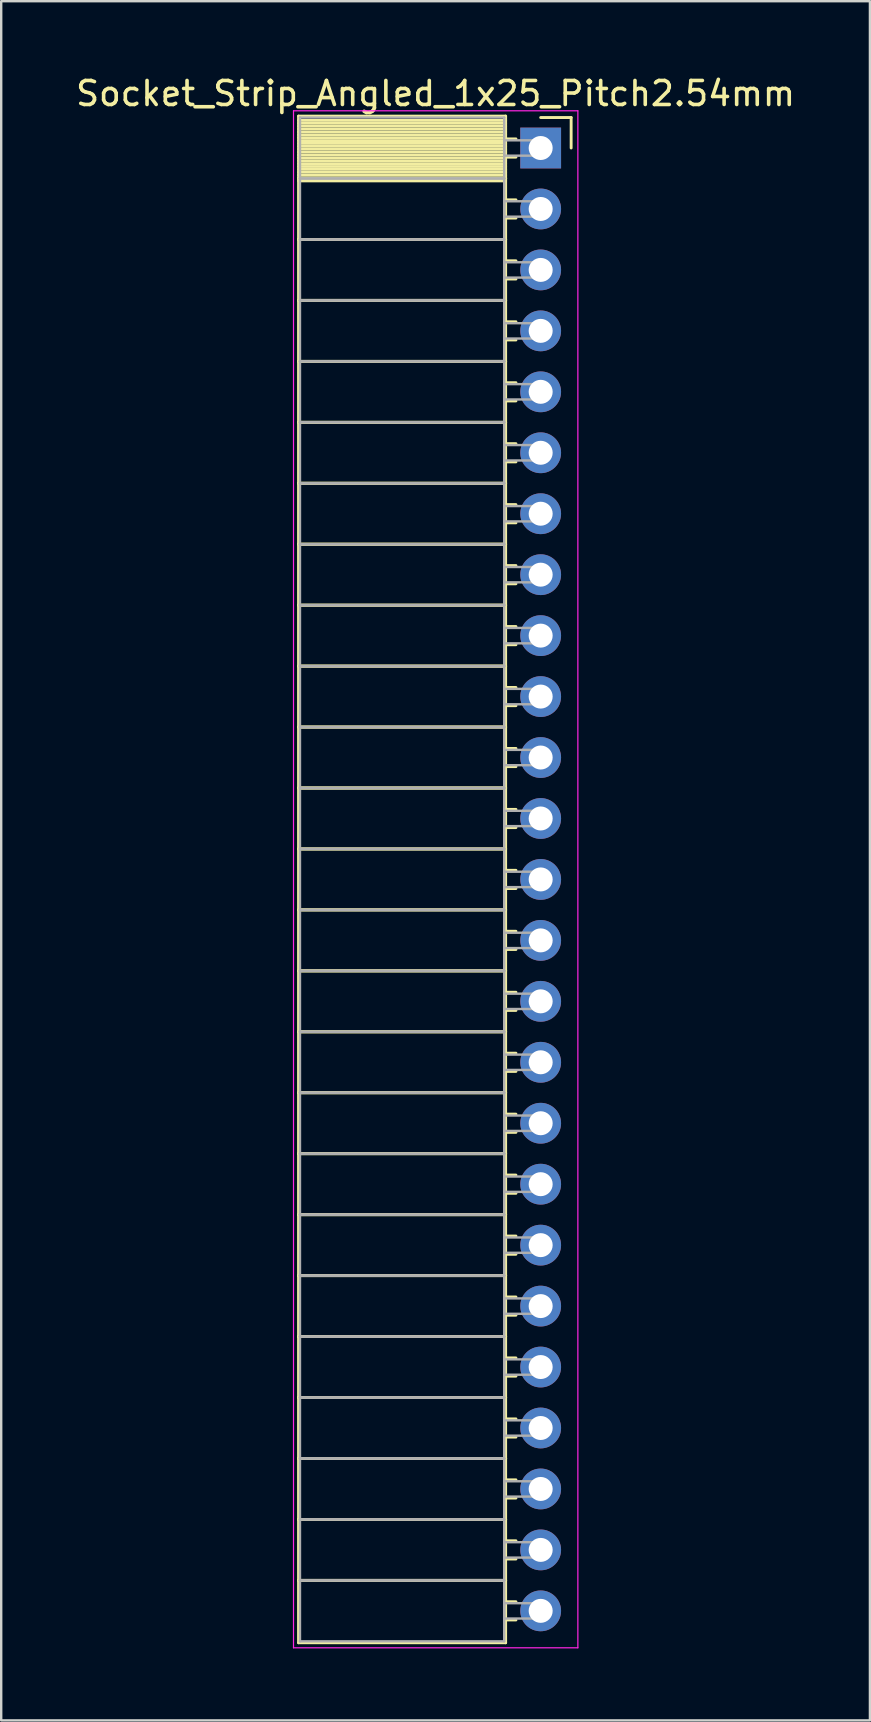
<source format=kicad_pcb>
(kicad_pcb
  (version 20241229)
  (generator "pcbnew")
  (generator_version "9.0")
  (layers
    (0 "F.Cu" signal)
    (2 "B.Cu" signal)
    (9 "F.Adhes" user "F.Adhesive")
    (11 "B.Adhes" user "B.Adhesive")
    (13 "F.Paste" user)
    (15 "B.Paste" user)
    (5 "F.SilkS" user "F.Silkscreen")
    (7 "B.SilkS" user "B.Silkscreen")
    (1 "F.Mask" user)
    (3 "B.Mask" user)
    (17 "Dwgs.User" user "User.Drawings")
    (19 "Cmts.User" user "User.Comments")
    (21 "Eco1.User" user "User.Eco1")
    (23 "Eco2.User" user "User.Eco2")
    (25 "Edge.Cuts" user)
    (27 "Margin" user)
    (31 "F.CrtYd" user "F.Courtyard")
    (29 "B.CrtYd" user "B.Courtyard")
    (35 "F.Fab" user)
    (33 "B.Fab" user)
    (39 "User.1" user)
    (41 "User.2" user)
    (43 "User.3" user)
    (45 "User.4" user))
  (footprint "Socket_Strip_Angled_1x25_Pitch2.54mm"
    (layer "F.Cu")
    (at 19.481 3.118)
    (property "Reference" "Socket_Strip_Angled_1x25_Pitch2.54mm" (at -4.38 -2.27 0) (layer "F.SilkS") (effects (font (size 1 1) (thickness 0.15))))
    (attr through_hole)
    (fp_line (start -10.09 -1.33) (end -1.46 -1.33) (stroke (width 0.12) (type solid)) (layer "F.SilkS"))
    (fp_line (start -10.09 1.27) (end -10.09 -1.33) (stroke (width 0.12) (type solid)) (layer "F.SilkS"))
    (fp_line (start -10.09 1.27) (end -1.46 1.27) (stroke (width 0.12) (type solid)) (layer "F.SilkS"))
    (fp_line (start -10.09 3.81) (end -10.09 1.27) (stroke (width 0.12) (type solid)) (layer "F.SilkS"))
    (fp_line (start -10.09 3.81) (end -1.46 3.81) (stroke (width 0.12) (type solid)) (layer "F.SilkS"))
    (fp_line (start -10.09 6.35) (end -10.09 3.81) (stroke (width 0.12) (type solid)) (layer "F.SilkS"))
    (fp_line (start -10.09 6.35) (end -1.46 6.35) (stroke (width 0.12) (type solid)) (layer "F.SilkS"))
    (fp_line (start -10.09 8.89) (end -10.09 6.35) (stroke (width 0.12) (type solid)) (layer "F.SilkS"))
    (fp_line (start -10.09 8.89) (end -1.46 8.89) (stroke (width 0.12) (type solid)) (layer "F.SilkS"))
    (fp_line (start -10.09 11.43) (end -10.09 8.89) (stroke (width 0.12) (type solid)) (layer "F.SilkS"))
    (fp_line (start -10.09 11.43) (end -1.46 11.43) (stroke (width 0.12) (type solid)) (layer "F.SilkS"))
    (fp_line (start -10.09 13.97) (end -10.09 11.43) (stroke (width 0.12) (type solid)) (layer "F.SilkS"))
    (fp_line (start -10.09 13.97) (end -1.46 13.97) (stroke (width 0.12) (type solid)) (layer "F.SilkS"))
    (fp_line (start -10.09 16.51) (end -10.09 13.97) (stroke (width 0.12) (type solid)) (layer "F.SilkS"))
    (fp_line (start -10.09 16.51) (end -1.46 16.51) (stroke (width 0.12) (type solid)) (layer "F.SilkS"))
    (fp_line (start -10.09 19.05) (end -10.09 16.51) (stroke (width 0.12) (type solid)) (layer "F.SilkS"))
    (fp_line (start -10.09 19.05) (end -1.46 19.05) (stroke (width 0.12) (type solid)) (layer "F.SilkS"))
    (fp_line (start -10.09 21.59) (end -10.09 19.05) (stroke (width 0.12) (type solid)) (layer "F.SilkS"))
    (fp_line (start -10.09 21.59) (end -1.46 21.59) (stroke (width 0.12) (type solid)) (layer "F.SilkS"))
    (fp_line (start -10.09 24.13) (end -10.09 21.59) (stroke (width 0.12) (type solid)) (layer "F.SilkS"))
    (fp_line (start -10.09 24.13) (end -1.46 24.13) (stroke (width 0.12) (type solid)) (layer "F.SilkS"))
    (fp_line (start -10.09 26.67) (end -10.09 24.13) (stroke (width 0.12) (type solid)) (layer "F.SilkS"))
    (fp_line (start -10.09 26.67) (end -1.46 26.67) (stroke (width 0.12) (type solid)) (layer "F.SilkS"))
    (fp_line (start -10.09 29.21) (end -10.09 26.67) (stroke (width 0.12) (type solid)) (layer "F.SilkS"))
    (fp_line (start -10.09 29.21) (end -1.46 29.21) (stroke (width 0.12) (type solid)) (layer "F.SilkS"))
    (fp_line (start -10.09 31.75) (end -10.09 29.21) (stroke (width 0.12) (type solid)) (layer "F.SilkS"))
    (fp_line (start -10.09 31.75) (end -1.46 31.75) (stroke (width 0.12) (type solid)) (layer "F.SilkS"))
    (fp_line (start -10.09 34.29) (end -10.09 31.75) (stroke (width 0.12) (type solid)) (layer "F.SilkS"))
    (fp_line (start -10.09 34.29) (end -1.46 34.29) (stroke (width 0.12) (type solid)) (layer "F.SilkS"))
    (fp_line (start -10.09 36.83) (end -10.09 34.29) (stroke (width 0.12) (type solid)) (layer "F.SilkS"))
    (fp_line (start -10.09 36.83) (end -1.46 36.83) (stroke (width 0.12) (type solid)) (layer "F.SilkS"))
    (fp_line (start -10.09 39.37) (end -10.09 36.83) (stroke (width 0.12) (type solid)) (layer "F.SilkS"))
    (fp_line (start -10.09 39.37) (end -1.46 39.37) (stroke (width 0.12) (type solid)) (layer "F.SilkS"))
    (fp_line (start -10.09 41.91) (end -10.09 39.37) (stroke (width 0.12) (type solid)) (layer "F.SilkS"))
    (fp_line (start -10.09 41.91) (end -1.46 41.91) (stroke (width 0.12) (type solid)) (layer "F.SilkS"))
    (fp_line (start -10.09 44.45) (end -10.09 41.91) (stroke (width 0.12) (type solid)) (layer "F.SilkS"))
    (fp_line (start -10.09 44.45) (end -1.46 44.45) (stroke (width 0.12) (type solid)) (layer "F.SilkS"))
    (fp_line (start -10.09 46.99) (end -10.09 44.45) (stroke (width 0.12) (type solid)) (layer "F.SilkS"))
    (fp_line (start -10.09 46.99) (end -1.46 46.99) (stroke (width 0.12) (type solid)) (layer "F.SilkS"))
    (fp_line (start -10.09 49.53) (end -10.09 46.99) (stroke (width 0.12) (type solid)) (layer "F.SilkS"))
    (fp_line (start -10.09 49.53) (end -1.46 49.53) (stroke (width 0.12) (type solid)) (layer "F.SilkS"))
    (fp_line (start -10.09 52.07) (end -10.09 49.53) (stroke (width 0.12) (type solid)) (layer "F.SilkS"))
    (fp_line (start -10.09 52.07) (end -1.46 52.07) (stroke (width 0.12) (type solid)) (layer "F.SilkS"))
    (fp_line (start -10.09 54.61) (end -10.09 52.07) (stroke (width 0.12) (type solid)) (layer "F.SilkS"))
    (fp_line (start -10.09 54.61) (end -1.46 54.61) (stroke (width 0.12) (type solid)) (layer "F.SilkS"))
    (fp_line (start -10.09 57.15) (end -10.09 54.61) (stroke (width 0.12) (type solid)) (layer "F.SilkS"))
    (fp_line (start -10.09 57.15) (end -1.46 57.15) (stroke (width 0.12) (type solid)) (layer "F.SilkS"))
    (fp_line (start -10.09 59.69) (end -10.09 57.15) (stroke (width 0.12) (type solid)) (layer "F.SilkS"))
    (fp_line (start -10.09 59.69) (end -1.46 59.69) (stroke (width 0.12) (type solid)) (layer "F.SilkS"))
    (fp_line (start -10.09 62.29) (end -10.09 59.69) (stroke (width 0.12) (type solid)) (layer "F.SilkS"))
    (fp_line (start -1.46 -1.33) (end -1.46 1.27) (stroke (width 0.12) (type solid)) (layer "F.SilkS"))
    (fp_line (start -1.46 -1.15) (end -10.09 -1.15) (stroke (width 0.12) (type solid)) (layer "F.SilkS"))
    (fp_line (start -1.46 -1.03) (end -10.09 -1.03) (stroke (width 0.12) (type solid)) (layer "F.SilkS"))
    (fp_line (start -1.46 -0.91) (end -10.09 -0.91) (stroke (width 0.12) (type solid)) (layer "F.SilkS"))
    (fp_line (start -1.46 -0.79) (end -10.09 -0.79) (stroke (width 0.12) (type solid)) (layer "F.SilkS"))
    (fp_line (start -1.46 -0.67) (end -10.09 -0.67) (stroke (width 0.12) (type solid)) (layer "F.SilkS"))
    (fp_line (start -1.46 -0.55) (end -10.09 -0.55) (stroke (width 0.12) (type solid)) (layer "F.SilkS"))
    (fp_line (start -1.46 -0.43) (end -10.09 -0.43) (stroke (width 0.12) (type solid)) (layer "F.SilkS"))
    (fp_line (start -1.46 -0.31) (end -10.09 -0.31) (stroke (width 0.12) (type solid)) (layer "F.SilkS"))
    (fp_line (start -1.46 -0.19) (end -10.09 -0.19) (stroke (width 0.12) (type solid)) (layer "F.SilkS"))
    (fp_line (start -1.46 -0.07) (end -10.09 -0.07) (stroke (width 0.12) (type solid)) (layer "F.SilkS"))
    (fp_line (start -1.46 0.05) (end -10.09 0.05) (stroke (width 0.12) (type solid)) (layer "F.SilkS"))
    (fp_line (start -1.46 0.17) (end -10.09 0.17) (stroke (width 0.12) (type solid)) (layer "F.SilkS"))
    (fp_line (start -1.46 0.29) (end -10.09 0.29) (stroke (width 0.12) (type solid)) (layer "F.SilkS"))
    (fp_line (start -1.46 0.41) (end -10.09 0.41) (stroke (width 0.12) (type solid)) (layer "F.SilkS"))
    (fp_line (start -1.46 0.53) (end -10.09 0.53) (stroke (width 0.12) (type solid)) (layer "F.SilkS"))
    (fp_line (start -1.46 0.65) (end -10.09 0.65) (stroke (width 0.12) (type solid)) (layer "F.SilkS"))
    (fp_line (start -1.46 0.77) (end -10.09 0.77) (stroke (width 0.12) (type solid)) (layer "F.SilkS"))
    (fp_line (start -1.46 0.89) (end -10.09 0.89) (stroke (width 0.12) (type solid)) (layer "F.SilkS"))
    (fp_line (start -1.46 1.01) (end -10.09 1.01) (stroke (width 0.12) (type solid)) (layer "F.SilkS"))
    (fp_line (start -1.46 1.13) (end -10.09 1.13) (stroke (width 0.12) (type solid)) (layer "F.SilkS"))
    (fp_line (start -1.46 1.25) (end -10.09 1.25) (stroke (width 0.12) (type solid)) (layer "F.SilkS"))
    (fp_line (start -1.46 1.27) (end -10.09 1.27) (stroke (width 0.12) (type solid)) (layer "F.SilkS"))
    (fp_line (start -1.46 1.27) (end -1.46 3.81) (stroke (width 0.12) (type solid)) (layer "F.SilkS"))
    (fp_line (start -1.46 1.37) (end -10.09 1.37) (stroke (width 0.12) (type solid)) (layer "F.SilkS"))
    (fp_line (start -1.46 3.81) (end -10.09 3.81) (stroke (width 0.12) (type solid)) (layer "F.SilkS"))
    (fp_line (start -1.46 3.81) (end -1.46 6.35) (stroke (width 0.12) (type solid)) (layer "F.SilkS"))
    (fp_line (start -1.46 6.35) (end -10.09 6.35) (stroke (width 0.12) (type solid)) (layer "F.SilkS"))
    (fp_line (start -1.46 6.35) (end -1.46 8.89) (stroke (width 0.12) (type solid)) (layer "F.SilkS"))
    (fp_line (start -1.46 8.89) (end -10.09 8.89) (stroke (width 0.12) (type solid)) (layer "F.SilkS"))
    (fp_line (start -1.46 8.89) (end -1.46 11.43) (stroke (width 0.12) (type solid)) (layer "F.SilkS"))
    (fp_line (start -1.46 11.43) (end -10.09 11.43) (stroke (width 0.12) (type solid)) (layer "F.SilkS"))
    (fp_line (start -1.46 11.43) (end -1.46 13.97) (stroke (width 0.12) (type solid)) (layer "F.SilkS"))
    (fp_line (start -1.46 13.97) (end -10.09 13.97) (stroke (width 0.12) (type solid)) (layer "F.SilkS"))
    (fp_line (start -1.46 13.97) (end -1.46 16.51) (stroke (width 0.12) (type solid)) (layer "F.SilkS"))
    (fp_line (start -1.46 16.51) (end -10.09 16.51) (stroke (width 0.12) (type solid)) (layer "F.SilkS"))
    (fp_line (start -1.46 16.51) (end -1.46 19.05) (stroke (width 0.12) (type solid)) (layer "F.SilkS"))
    (fp_line (start -1.46 19.05) (end -10.09 19.05) (stroke (width 0.12) (type solid)) (layer "F.SilkS"))
    (fp_line (start -1.46 19.05) (end -1.46 21.59) (stroke (width 0.12) (type solid)) (layer "F.SilkS"))
    (fp_line (start -1.46 21.59) (end -10.09 21.59) (stroke (width 0.12) (type solid)) (layer "F.SilkS"))
    (fp_line (start -1.46 21.59) (end -1.46 24.13) (stroke (width 0.12) (type solid)) (layer "F.SilkS"))
    (fp_line (start -1.46 24.13) (end -10.09 24.13) (stroke (width 0.12) (type solid)) (layer "F.SilkS"))
    (fp_line (start -1.46 24.13) (end -1.46 26.67) (stroke (width 0.12) (type solid)) (layer "F.SilkS"))
    (fp_line (start -1.46 26.67) (end -10.09 26.67) (stroke (width 0.12) (type solid)) (layer "F.SilkS"))
    (fp_line (start -1.46 26.67) (end -1.46 29.21) (stroke (width 0.12) (type solid)) (layer "F.SilkS"))
    (fp_line (start -1.46 29.21) (end -10.09 29.21) (stroke (width 0.12) (type solid)) (layer "F.SilkS"))
    (fp_line (start -1.46 29.21) (end -1.46 31.75) (stroke (width 0.12) (type solid)) (layer "F.SilkS"))
    (fp_line (start -1.46 31.75) (end -10.09 31.75) (stroke (width 0.12) (type solid)) (layer "F.SilkS"))
    (fp_line (start -1.46 31.75) (end -1.46 34.29) (stroke (width 0.12) (type solid)) (layer "F.SilkS"))
    (fp_line (start -1.46 34.29) (end -10.09 34.29) (stroke (width 0.12) (type solid)) (layer "F.SilkS"))
    (fp_line (start -1.46 34.29) (end -1.46 36.83) (stroke (width 0.12) (type solid)) (layer "F.SilkS"))
    (fp_line (start -1.46 36.83) (end -10.09 36.83) (stroke (width 0.12) (type solid)) (layer "F.SilkS"))
    (fp_line (start -1.46 36.83) (end -1.46 39.37) (stroke (width 0.12) (type solid)) (layer "F.SilkS"))
    (fp_line (start -1.46 39.37) (end -10.09 39.37) (stroke (width 0.12) (type solid)) (layer "F.SilkS"))
    (fp_line (start -1.46 39.37) (end -1.46 41.91) (stroke (width 0.12) (type solid)) (layer "F.SilkS"))
    (fp_line (start -1.46 41.91) (end -10.09 41.91) (stroke (width 0.12) (type solid)) (layer "F.SilkS"))
    (fp_line (start -1.46 41.91) (end -1.46 44.45) (stroke (width 0.12) (type solid)) (layer "F.SilkS"))
    (fp_line (start -1.46 44.45) (end -10.09 44.45) (stroke (width 0.12) (type solid)) (layer "F.SilkS"))
    (fp_line (start -1.46 44.45) (end -1.46 46.99) (stroke (width 0.12) (type solid)) (layer "F.SilkS"))
    (fp_line (start -1.46 46.99) (end -10.09 46.99) (stroke (width 0.12) (type solid)) (layer "F.SilkS"))
    (fp_line (start -1.46 46.99) (end -1.46 49.53) (stroke (width 0.12) (type solid)) (layer "F.SilkS"))
    (fp_line (start -1.46 49.53) (end -10.09 49.53) (stroke (width 0.12) (type solid)) (layer "F.SilkS"))
    (fp_line (start -1.46 49.53) (end -1.46 52.07) (stroke (width 0.12) (type solid)) (layer "F.SilkS"))
    (fp_line (start -1.46 52.07) (end -10.09 52.07) (stroke (width 0.12) (type solid)) (layer "F.SilkS"))
    (fp_line (start -1.46 52.07) (end -1.46 54.61) (stroke (width 0.12) (type solid)) (layer "F.SilkS"))
    (fp_line (start -1.46 54.61) (end -10.09 54.61) (stroke (width 0.12) (type solid)) (layer "F.SilkS"))
    (fp_line (start -1.46 54.61) (end -1.46 57.15) (stroke (width 0.12) (type solid)) (layer "F.SilkS"))
    (fp_line (start -1.46 57.15) (end -10.09 57.15) (stroke (width 0.12) (type solid)) (layer "F.SilkS"))
    (fp_line (start -1.46 57.15) (end -1.46 59.69) (stroke (width 0.12) (type solid)) (layer "F.SilkS"))
    (fp_line (start -1.46 59.69) (end -10.09 59.69) (stroke (width 0.12) (type solid)) (layer "F.SilkS"))
    (fp_line (start -1.46 59.69) (end -1.46 62.29) (stroke (width 0.12) (type solid)) (layer "F.SilkS"))
    (fp_line (start -1.46 62.29) (end -10.09 62.29) (stroke (width 0.12) (type solid)) (layer "F.SilkS"))
    (fp_line (start -1.03 -0.38) (end -1.46 -0.38) (stroke (width 0.12) (type solid)) (layer "F.SilkS"))
    (fp_line (start -1.03 0.38) (end -1.46 0.38) (stroke (width 0.12) (type solid)) (layer "F.SilkS"))
    (fp_line (start -1.03 2.16) (end -1.46 2.16) (stroke (width 0.12) (type solid)) (layer "F.SilkS"))
    (fp_line (start -1.03 2.92) (end -1.46 2.92) (stroke (width 0.12) (type solid)) (layer "F.SilkS"))
    (fp_line (start -1.03 4.7) (end -1.46 4.7) (stroke (width 0.12) (type solid)) (layer "F.SilkS"))
    (fp_line (start -1.03 5.46) (end -1.46 5.46) (stroke (width 0.12) (type solid)) (layer "F.SilkS"))
    (fp_line (start -1.03 7.24) (end -1.46 7.24) (stroke (width 0.12) (type solid)) (layer "F.SilkS"))
    (fp_line (start -1.03 8) (end -1.46 8) (stroke (width 0.12) (type solid)) (layer "F.SilkS"))
    (fp_line (start -1.03 9.78) (end -1.46 9.78) (stroke (width 0.12) (type solid)) (layer "F.SilkS"))
    (fp_line (start -1.03 10.54) (end -1.46 10.54) (stroke (width 0.12) (type solid)) (layer "F.SilkS"))
    (fp_line (start -1.03 12.32) (end -1.46 12.32) (stroke (width 0.12) (type solid)) (layer "F.SilkS"))
    (fp_line (start -1.03 13.08) (end -1.46 13.08) (stroke (width 0.12) (type solid)) (layer "F.SilkS"))
    (fp_line (start -1.03 14.86) (end -1.46 14.86) (stroke (width 0.12) (type solid)) (layer "F.SilkS"))
    (fp_line (start -1.03 15.62) (end -1.46 15.62) (stroke (width 0.12) (type solid)) (layer "F.SilkS"))
    (fp_line (start -1.03 17.4) (end -1.46 17.4) (stroke (width 0.12) (type solid)) (layer "F.SilkS"))
    (fp_line (start -1.03 18.16) (end -1.46 18.16) (stroke (width 0.12) (type solid)) (layer "F.SilkS"))
    (fp_line (start -1.03 19.94) (end -1.46 19.94) (stroke (width 0.12) (type solid)) (layer "F.SilkS"))
    (fp_line (start -1.03 20.7) (end -1.46 20.7) (stroke (width 0.12) (type solid)) (layer "F.SilkS"))
    (fp_line (start -1.03 22.48) (end -1.46 22.48) (stroke (width 0.12) (type solid)) (layer "F.SilkS"))
    (fp_line (start -1.03 23.24) (end -1.46 23.24) (stroke (width 0.12) (type solid)) (layer "F.SilkS"))
    (fp_line (start -1.03 25.02) (end -1.46 25.02) (stroke (width 0.12) (type solid)) (layer "F.SilkS"))
    (fp_line (start -1.03 25.78) (end -1.46 25.78) (stroke (width 0.12) (type solid)) (layer "F.SilkS"))
    (fp_line (start -1.03 27.56) (end -1.46 27.56) (stroke (width 0.12) (type solid)) (layer "F.SilkS"))
    (fp_line (start -1.03 28.32) (end -1.46 28.32) (stroke (width 0.12) (type solid)) (layer "F.SilkS"))
    (fp_line (start -1.03 30.1) (end -1.46 30.1) (stroke (width 0.12) (type solid)) (layer "F.SilkS"))
    (fp_line (start -1.03 30.86) (end -1.46 30.86) (stroke (width 0.12) (type solid)) (layer "F.SilkS"))
    (fp_line (start -1.03 32.64) (end -1.46 32.64) (stroke (width 0.12) (type solid)) (layer "F.SilkS"))
    (fp_line (start -1.03 33.4) (end -1.46 33.4) (stroke (width 0.12) (type solid)) (layer "F.SilkS"))
    (fp_line (start -1.03 35.18) (end -1.46 35.18) (stroke (width 0.12) (type solid)) (layer "F.SilkS"))
    (fp_line (start -1.03 35.94) (end -1.46 35.94) (stroke (width 0.12) (type solid)) (layer "F.SilkS"))
    (fp_line (start -1.03 37.72) (end -1.46 37.72) (stroke (width 0.12) (type solid)) (layer "F.SilkS"))
    (fp_line (start -1.03 38.48) (end -1.46 38.48) (stroke (width 0.12) (type solid)) (layer "F.SilkS"))
    (fp_line (start -1.03 40.26) (end -1.46 40.26) (stroke (width 0.12) (type solid)) (layer "F.SilkS"))
    (fp_line (start -1.03 41.02) (end -1.46 41.02) (stroke (width 0.12) (type solid)) (layer "F.SilkS"))
    (fp_line (start -1.03 42.8) (end -1.46 42.8) (stroke (width 0.12) (type solid)) (layer "F.SilkS"))
    (fp_line (start -1.03 43.56) (end -1.46 43.56) (stroke (width 0.12) (type solid)) (layer "F.SilkS"))
    (fp_line (start -1.03 45.34) (end -1.46 45.34) (stroke (width 0.12) (type solid)) (layer "F.SilkS"))
    (fp_line (start -1.03 46.1) (end -1.46 46.1) (stroke (width 0.12) (type solid)) (layer "F.SilkS"))
    (fp_line (start -1.03 47.88) (end -1.46 47.88) (stroke (width 0.12) (type solid)) (layer "F.SilkS"))
    (fp_line (start -1.03 48.64) (end -1.46 48.64) (stroke (width 0.12) (type solid)) (layer "F.SilkS"))
    (fp_line (start -1.03 50.42) (end -1.46 50.42) (stroke (width 0.12) (type solid)) (layer "F.SilkS"))
    (fp_line (start -1.03 51.18) (end -1.46 51.18) (stroke (width 0.12) (type solid)) (layer "F.SilkS"))
    (fp_line (start -1.03 52.96) (end -1.46 52.96) (stroke (width 0.12) (type solid)) (layer "F.SilkS"))
    (fp_line (start -1.03 53.72) (end -1.46 53.72) (stroke (width 0.12) (type solid)) (layer "F.SilkS"))
    (fp_line (start -1.03 55.5) (end -1.46 55.5) (stroke (width 0.12) (type solid)) (layer "F.SilkS"))
    (fp_line (start -1.03 56.26) (end -1.46 56.26) (stroke (width 0.12) (type solid)) (layer "F.SilkS"))
    (fp_line (start -1.03 58.04) (end -1.46 58.04) (stroke (width 0.12) (type solid)) (layer "F.SilkS"))
    (fp_line (start -1.03 58.8) (end -1.46 58.8) (stroke (width 0.12) (type solid)) (layer "F.SilkS"))
    (fp_line (start -1.03 60.58) (end -1.46 60.58) (stroke (width 0.12) (type solid)) (layer "F.SilkS"))
    (fp_line (start -1.03 61.34) (end -1.46 61.34) (stroke (width 0.12) (type solid)) (layer "F.SilkS"))
    (fp_line (start 0 -1.27) (end 1.27 -1.27) (stroke (width 0.12) (type solid)) (layer "F.SilkS"))
    (fp_line (start 1.27 -1.27) (end 1.27 0) (stroke (width 0.12) (type solid)) (layer "F.SilkS"))
    (fp_line (start -10.3 -1.55) (end 1.55 -1.55) (stroke (width 0.05) (type solid)) (layer "F.CrtYd"))
    (fp_line (start -10.3 62.5) (end -10.3 -1.55) (stroke (width 0.05) (type solid)) (layer "F.CrtYd"))
    (fp_line (start 1.55 -1.55) (end 1.55 62.5) (stroke (width 0.05) (type solid)) (layer "F.CrtYd"))
    (fp_line (start 1.55 62.5) (end -10.3 62.5) (stroke (width 0.05) (type solid)) (layer "F.CrtYd"))
    (fp_line (start -10.03 -1.27) (end -1.52 -1.27) (stroke (width 0.1) (type solid)) (layer "F.Fab"))
    (fp_line (start -10.03 1.27) (end -10.03 -1.27) (stroke (width 0.1) (type solid)) (layer "F.Fab"))
    (fp_line (start -10.03 1.27) (end -1.52 1.27) (stroke (width 0.1) (type solid)) (layer "F.Fab"))
    (fp_line (start -10.03 3.81) (end -10.03 1.27) (stroke (width 0.1) (type solid)) (layer "F.Fab"))
    (fp_line (start -10.03 3.81) (end -1.52 3.81) (stroke (width 0.1) (type solid)) (layer "F.Fab"))
    (fp_line (start -10.03 6.35) (end -10.03 3.81) (stroke (width 0.1) (type solid)) (layer "F.Fab"))
    (fp_line (start -10.03 6.35) (end -1.52 6.35) (stroke (width 0.1) (type solid)) (layer "F.Fab"))
    (fp_line (start -10.03 8.89) (end -10.03 6.35) (stroke (width 0.1) (type solid)) (layer "F.Fab"))
    (fp_line (start -10.03 8.89) (end -1.52 8.89) (stroke (width 0.1) (type solid)) (layer "F.Fab"))
    (fp_line (start -10.03 11.43) (end -10.03 8.89) (stroke (width 0.1) (type solid)) (layer "F.Fab"))
    (fp_line (start -10.03 11.43) (end -1.52 11.43) (stroke (width 0.1) (type solid)) (layer "F.Fab"))
    (fp_line (start -10.03 13.97) (end -10.03 11.43) (stroke (width 0.1) (type solid)) (layer "F.Fab"))
    (fp_line (start -10.03 13.97) (end -1.52 13.97) (stroke (width 0.1) (type solid)) (layer "F.Fab"))
    (fp_line (start -10.03 16.51) (end -10.03 13.97) (stroke (width 0.1) (type solid)) (layer "F.Fab"))
    (fp_line (start -10.03 16.51) (end -1.52 16.51) (stroke (width 0.1) (type solid)) (layer "F.Fab"))
    (fp_line (start -10.03 19.05) (end -10.03 16.51) (stroke (width 0.1) (type solid)) (layer "F.Fab"))
    (fp_line (start -10.03 19.05) (end -1.52 19.05) (stroke (width 0.1) (type solid)) (layer "F.Fab"))
    (fp_line (start -10.03 21.59) (end -10.03 19.05) (stroke (width 0.1) (type solid)) (layer "F.Fab"))
    (fp_line (start -10.03 21.59) (end -1.52 21.59) (stroke (width 0.1) (type solid)) (layer "F.Fab"))
    (fp_line (start -10.03 24.13) (end -10.03 21.59) (stroke (width 0.1) (type solid)) (layer "F.Fab"))
    (fp_line (start -10.03 24.13) (end -1.52 24.13) (stroke (width 0.1) (type solid)) (layer "F.Fab"))
    (fp_line (start -10.03 26.67) (end -10.03 24.13) (stroke (width 0.1) (type solid)) (layer "F.Fab"))
    (fp_line (start -10.03 26.67) (end -1.52 26.67) (stroke (width 0.1) (type solid)) (layer "F.Fab"))
    (fp_line (start -10.03 29.21) (end -10.03 26.67) (stroke (width 0.1) (type solid)) (layer "F.Fab"))
    (fp_line (start -10.03 29.21) (end -1.52 29.21) (stroke (width 0.1) (type solid)) (layer "F.Fab"))
    (fp_line (start -10.03 31.75) (end -10.03 29.21) (stroke (width 0.1) (type solid)) (layer "F.Fab"))
    (fp_line (start -10.03 31.75) (end -1.52 31.75) (stroke (width 0.1) (type solid)) (layer "F.Fab"))
    (fp_line (start -10.03 34.29) (end -10.03 31.75) (stroke (width 0.1) (type solid)) (layer "F.Fab"))
    (fp_line (start -10.03 34.29) (end -1.52 34.29) (stroke (width 0.1) (type solid)) (layer "F.Fab"))
    (fp_line (start -10.03 36.83) (end -10.03 34.29) (stroke (width 0.1) (type solid)) (layer "F.Fab"))
    (fp_line (start -10.03 36.83) (end -1.52 36.83) (stroke (width 0.1) (type solid)) (layer "F.Fab"))
    (fp_line (start -10.03 39.37) (end -10.03 36.83) (stroke (width 0.1) (type solid)) (layer "F.Fab"))
    (fp_line (start -10.03 39.37) (end -1.52 39.37) (stroke (width 0.1) (type solid)) (layer "F.Fab"))
    (fp_line (start -10.03 41.91) (end -10.03 39.37) (stroke (width 0.1) (type solid)) (layer "F.Fab"))
    (fp_line (start -10.03 41.91) (end -1.52 41.91) (stroke (width 0.1) (type solid)) (layer "F.Fab"))
    (fp_line (start -10.03 44.45) (end -10.03 41.91) (stroke (width 0.1) (type solid)) (layer "F.Fab"))
    (fp_line (start -10.03 44.45) (end -1.52 44.45) (stroke (width 0.1) (type solid)) (layer "F.Fab"))
    (fp_line (start -10.03 46.99) (end -10.03 44.45) (stroke (width 0.1) (type solid)) (layer "F.Fab"))
    (fp_line (start -10.03 46.99) (end -1.52 46.99) (stroke (width 0.1) (type solid)) (layer "F.Fab"))
    (fp_line (start -10.03 49.53) (end -10.03 46.99) (stroke (width 0.1) (type solid)) (layer "F.Fab"))
    (fp_line (start -10.03 49.53) (end -1.52 49.53) (stroke (width 0.1) (type solid)) (layer "F.Fab"))
    (fp_line (start -10.03 52.07) (end -10.03 49.53) (stroke (width 0.1) (type solid)) (layer "F.Fab"))
    (fp_line (start -10.03 52.07) (end -1.52 52.07) (stroke (width 0.1) (type solid)) (layer "F.Fab"))
    (fp_line (start -10.03 54.61) (end -10.03 52.07) (stroke (width 0.1) (type solid)) (layer "F.Fab"))
    (fp_line (start -10.03 54.61) (end -1.52 54.61) (stroke (width 0.1) (type solid)) (layer "F.Fab"))
    (fp_line (start -10.03 57.15) (end -10.03 54.61) (stroke (width 0.1) (type solid)) (layer "F.Fab"))
    (fp_line (start -10.03 57.15) (end -1.52 57.15) (stroke (width 0.1) (type solid)) (layer "F.Fab"))
    (fp_line (start -10.03 59.69) (end -10.03 57.15) (stroke (width 0.1) (type solid)) (layer "F.Fab"))
    (fp_line (start -10.03 59.69) (end -1.52 59.69) (stroke (width 0.1) (type solid)) (layer "F.Fab"))
    (fp_line (start -10.03 62.23) (end -10.03 59.69) (stroke (width 0.1) (type solid)) (layer "F.Fab"))
    (fp_line (start -1.52 -1.27) (end -1.52 1.27) (stroke (width 0.1) (type solid)) (layer "F.Fab"))
    (fp_line (start -1.52 -0.32) (end 0 -0.32) (stroke (width 0.1) (type solid)) (layer "F.Fab"))
    (fp_line (start -1.52 0.32) (end -1.52 -0.32) (stroke (width 0.1) (type solid)) (layer "F.Fab"))
    (fp_line (start -1.52 1.27) (end -10.03 1.27) (stroke (width 0.1) (type solid)) (layer "F.Fab"))
    (fp_line (start -1.52 1.27) (end -1.52 3.81) (stroke (width 0.1) (type solid)) (layer "F.Fab"))
    (fp_line (start -1.52 2.22) (end 0 2.22) (stroke (width 0.1) (type solid)) (layer "F.Fab"))
    (fp_line (start -1.52 2.86) (end -1.52 2.22) (stroke (width 0.1) (type solid)) (layer "F.Fab"))
    (fp_line (start -1.52 3.81) (end -10.03 3.81) (stroke (width 0.1) (type solid)) (layer "F.Fab"))
    (fp_line (start -1.52 3.81) (end -1.52 6.35) (stroke (width 0.1) (type solid)) (layer "F.Fab"))
    (fp_line (start -1.52 4.76) (end 0 4.76) (stroke (width 0.1) (type solid)) (layer "F.Fab"))
    (fp_line (start -1.52 5.4) (end -1.52 4.76) (stroke (width 0.1) (type solid)) (layer "F.Fab"))
    (fp_line (start -1.52 6.35) (end -10.03 6.35) (stroke (width 0.1) (type solid)) (layer "F.Fab"))
    (fp_line (start -1.52 6.35) (end -1.52 8.89) (stroke (width 0.1) (type solid)) (layer "F.Fab"))
    (fp_line (start -1.52 7.3) (end 0 7.3) (stroke (width 0.1) (type solid)) (layer "F.Fab"))
    (fp_line (start -1.52 7.94) (end -1.52 7.3) (stroke (width 0.1) (type solid)) (layer "F.Fab"))
    (fp_line (start -1.52 8.89) (end -10.03 8.89) (stroke (width 0.1) (type solid)) (layer "F.Fab"))
    (fp_line (start -1.52 8.89) (end -1.52 11.43) (stroke (width 0.1) (type solid)) (layer "F.Fab"))
    (fp_line (start -1.52 9.84) (end 0 9.84) (stroke (width 0.1) (type solid)) (layer "F.Fab"))
    (fp_line (start -1.52 10.48) (end -1.52 9.84) (stroke (width 0.1) (type solid)) (layer "F.Fab"))
    (fp_line (start -1.52 11.43) (end -10.03 11.43) (stroke (width 0.1) (type solid)) (layer "F.Fab"))
    (fp_line (start -1.52 11.43) (end -1.52 13.97) (stroke (width 0.1) (type solid)) (layer "F.Fab"))
    (fp_line (start -1.52 12.38) (end 0 12.38) (stroke (width 0.1) (type solid)) (layer "F.Fab"))
    (fp_line (start -1.52 13.02) (end -1.52 12.38) (stroke (width 0.1) (type solid)) (layer "F.Fab"))
    (fp_line (start -1.52 13.97) (end -10.03 13.97) (stroke (width 0.1) (type solid)) (layer "F.Fab"))
    (fp_line (start -1.52 13.97) (end -1.52 16.51) (stroke (width 0.1) (type solid)) (layer "F.Fab"))
    (fp_line (start -1.52 14.92) (end 0 14.92) (stroke (width 0.1) (type solid)) (layer "F.Fab"))
    (fp_line (start -1.52 15.56) (end -1.52 14.92) (stroke (width 0.1) (type solid)) (layer "F.Fab"))
    (fp_line (start -1.52 16.51) (end -10.03 16.51) (stroke (width 0.1) (type solid)) (layer "F.Fab"))
    (fp_line (start -1.52 16.51) (end -1.52 19.05) (stroke (width 0.1) (type solid)) (layer "F.Fab"))
    (fp_line (start -1.52 17.46) (end 0 17.46) (stroke (width 0.1) (type solid)) (layer "F.Fab"))
    (fp_line (start -1.52 18.1) (end -1.52 17.46) (stroke (width 0.1) (type solid)) (layer "F.Fab"))
    (fp_line (start -1.52 19.05) (end -10.03 19.05) (stroke (width 0.1) (type solid)) (layer "F.Fab"))
    (fp_line (start -1.52 19.05) (end -1.52 21.59) (stroke (width 0.1) (type solid)) (layer "F.Fab"))
    (fp_line (start -1.52 20) (end 0 20) (stroke (width 0.1) (type solid)) (layer "F.Fab"))
    (fp_line (start -1.52 20.64) (end -1.52 20) (stroke (width 0.1) (type solid)) (layer "F.Fab"))
    (fp_line (start -1.52 21.59) (end -10.03 21.59) (stroke (width 0.1) (type solid)) (layer "F.Fab"))
    (fp_line (start -1.52 21.59) (end -1.52 24.13) (stroke (width 0.1) (type solid)) (layer "F.Fab"))
    (fp_line (start -1.52 22.54) (end 0 22.54) (stroke (width 0.1) (type solid)) (layer "F.Fab"))
    (fp_line (start -1.52 23.18) (end -1.52 22.54) (stroke (width 0.1) (type solid)) (layer "F.Fab"))
    (fp_line (start -1.52 24.13) (end -10.03 24.13) (stroke (width 0.1) (type solid)) (layer "F.Fab"))
    (fp_line (start -1.52 24.13) (end -1.52 26.67) (stroke (width 0.1) (type solid)) (layer "F.Fab"))
    (fp_line (start -1.52 25.08) (end 0 25.08) (stroke (width 0.1) (type solid)) (layer "F.Fab"))
    (fp_line (start -1.52 25.72) (end -1.52 25.08) (stroke (width 0.1) (type solid)) (layer "F.Fab"))
    (fp_line (start -1.52 26.67) (end -10.03 26.67) (stroke (width 0.1) (type solid)) (layer "F.Fab"))
    (fp_line (start -1.52 26.67) (end -1.52 29.21) (stroke (width 0.1) (type solid)) (layer "F.Fab"))
    (fp_line (start -1.52 27.62) (end 0 27.62) (stroke (width 0.1) (type solid)) (layer "F.Fab"))
    (fp_line (start -1.52 28.26) (end -1.52 27.62) (stroke (width 0.1) (type solid)) (layer "F.Fab"))
    (fp_line (start -1.52 29.21) (end -10.03 29.21) (stroke (width 0.1) (type solid)) (layer "F.Fab"))
    (fp_line (start -1.52 29.21) (end -1.52 31.75) (stroke (width 0.1) (type solid)) (layer "F.Fab"))
    (fp_line (start -1.52 30.16) (end 0 30.16) (stroke (width 0.1) (type solid)) (layer "F.Fab"))
    (fp_line (start -1.52 30.8) (end -1.52 30.16) (stroke (width 0.1) (type solid)) (layer "F.Fab"))
    (fp_line (start -1.52 31.75) (end -10.03 31.75) (stroke (width 0.1) (type solid)) (layer "F.Fab"))
    (fp_line (start -1.52 31.75) (end -1.52 34.29) (stroke (width 0.1) (type solid)) (layer "F.Fab"))
    (fp_line (start -1.52 32.7) (end 0 32.7) (stroke (width 0.1) (type solid)) (layer "F.Fab"))
    (fp_line (start -1.52 33.34) (end -1.52 32.7) (stroke (width 0.1) (type solid)) (layer "F.Fab"))
    (fp_line (start -1.52 34.29) (end -10.03 34.29) (stroke (width 0.1) (type solid)) (layer "F.Fab"))
    (fp_line (start -1.52 34.29) (end -1.52 36.83) (stroke (width 0.1) (type solid)) (layer "F.Fab"))
    (fp_line (start -1.52 35.24) (end 0 35.24) (stroke (width 0.1) (type solid)) (layer "F.Fab"))
    (fp_line (start -1.52 35.88) (end -1.52 35.24) (stroke (width 0.1) (type solid)) (layer "F.Fab"))
    (fp_line (start -1.52 36.83) (end -10.03 36.83) (stroke (width 0.1) (type solid)) (layer "F.Fab"))
    (fp_line (start -1.52 36.83) (end -1.52 39.37) (stroke (width 0.1) (type solid)) (layer "F.Fab"))
    (fp_line (start -1.52 37.78) (end 0 37.78) (stroke (width 0.1) (type solid)) (layer "F.Fab"))
    (fp_line (start -1.52 38.42) (end -1.52 37.78) (stroke (width 0.1) (type solid)) (layer "F.Fab"))
    (fp_line (start -1.52 39.37) (end -10.03 39.37) (stroke (width 0.1) (type solid)) (layer "F.Fab"))
    (fp_line (start -1.52 39.37) (end -1.52 41.91) (stroke (width 0.1) (type solid)) (layer "F.Fab"))
    (fp_line (start -1.52 40.32) (end 0 40.32) (stroke (width 0.1) (type solid)) (layer "F.Fab"))
    (fp_line (start -1.52 40.96) (end -1.52 40.32) (stroke (width 0.1) (type solid)) (layer "F.Fab"))
    (fp_line (start -1.52 41.91) (end -10.03 41.91) (stroke (width 0.1) (type solid)) (layer "F.Fab"))
    (fp_line (start -1.52 41.91) (end -1.52 44.45) (stroke (width 0.1) (type solid)) (layer "F.Fab"))
    (fp_line (start -1.52 42.86) (end 0 42.86) (stroke (width 0.1) (type solid)) (layer "F.Fab"))
    (fp_line (start -1.52 43.5) (end -1.52 42.86) (stroke (width 0.1) (type solid)) (layer "F.Fab"))
    (fp_line (start -1.52 44.45) (end -10.03 44.45) (stroke (width 0.1) (type solid)) (layer "F.Fab"))
    (fp_line (start -1.52 44.45) (end -1.52 46.99) (stroke (width 0.1) (type solid)) (layer "F.Fab"))
    (fp_line (start -1.52 45.4) (end 0 45.4) (stroke (width 0.1) (type solid)) (layer "F.Fab"))
    (fp_line (start -1.52 46.04) (end -1.52 45.4) (stroke (width 0.1) (type solid)) (layer "F.Fab"))
    (fp_line (start -1.52 46.99) (end -10.03 46.99) (stroke (width 0.1) (type solid)) (layer "F.Fab"))
    (fp_line (start -1.52 46.99) (end -1.52 49.53) (stroke (width 0.1) (type solid)) (layer "F.Fab"))
    (fp_line (start -1.52 47.94) (end 0 47.94) (stroke (width 0.1) (type solid)) (layer "F.Fab"))
    (fp_line (start -1.52 48.58) (end -1.52 47.94) (stroke (width 0.1) (type solid)) (layer "F.Fab"))
    (fp_line (start -1.52 49.53) (end -10.03 49.53) (stroke (width 0.1) (type solid)) (layer "F.Fab"))
    (fp_line (start -1.52 49.53) (end -1.52 52.07) (stroke (width 0.1) (type solid)) (layer "F.Fab"))
    (fp_line (start -1.52 50.48) (end 0 50.48) (stroke (width 0.1) (type solid)) (layer "F.Fab"))
    (fp_line (start -1.52 51.12) (end -1.52 50.48) (stroke (width 0.1) (type solid)) (layer "F.Fab"))
    (fp_line (start -1.52 52.07) (end -10.03 52.07) (stroke (width 0.1) (type solid)) (layer "F.Fab"))
    (fp_line (start -1.52 52.07) (end -1.52 54.61) (stroke (width 0.1) (type solid)) (layer "F.Fab"))
    (fp_line (start -1.52 53.02) (end 0 53.02) (stroke (width 0.1) (type solid)) (layer "F.Fab"))
    (fp_line (start -1.52 53.66) (end -1.52 53.02) (stroke (width 0.1) (type solid)) (layer "F.Fab"))
    (fp_line (start -1.52 54.61) (end -10.03 54.61) (stroke (width 0.1) (type solid)) (layer "F.Fab"))
    (fp_line (start -1.52 54.61) (end -1.52 57.15) (stroke (width 0.1) (type solid)) (layer "F.Fab"))
    (fp_line (start -1.52 55.56) (end 0 55.56) (stroke (width 0.1) (type solid)) (layer "F.Fab"))
    (fp_line (start -1.52 56.2) (end -1.52 55.56) (stroke (width 0.1) (type solid)) (layer "F.Fab"))
    (fp_line (start -1.52 57.15) (end -10.03 57.15) (stroke (width 0.1) (type solid)) (layer "F.Fab"))
    (fp_line (start -1.52 57.15) (end -1.52 59.69) (stroke (width 0.1) (type solid)) (layer "F.Fab"))
    (fp_line (start -1.52 58.1) (end 0 58.1) (stroke (width 0.1) (type solid)) (layer "F.Fab"))
    (fp_line (start -1.52 58.74) (end -1.52 58.1) (stroke (width 0.1) (type solid)) (layer "F.Fab"))
    (fp_line (start -1.52 59.69) (end -10.03 59.69) (stroke (width 0.1) (type solid)) (layer "F.Fab"))
    (fp_line (start -1.52 59.69) (end -1.52 62.23) (stroke (width 0.1) (type solid)) (layer "F.Fab"))
    (fp_line (start -1.52 60.64) (end 0 60.64) (stroke (width 0.1) (type solid)) (layer "F.Fab"))
    (fp_line (start -1.52 61.28) (end -1.52 60.64) (stroke (width 0.1) (type solid)) (layer "F.Fab"))
    (fp_line (start -1.52 62.23) (end -10.03 62.23) (stroke (width 0.1) (type solid)) (layer "F.Fab"))
    (fp_line (start 0 -0.32) (end 0 0.32) (stroke (width 0.1) (type solid)) (layer "F.Fab"))
    (fp_line (start 0 0.32) (end -1.52 0.32) (stroke (width 0.1) (type solid)) (layer "F.Fab"))
    (fp_line (start 0 2.22) (end 0 2.86) (stroke (width 0.1) (type solid)) (layer "F.Fab"))
    (fp_line (start 0 2.86) (end -1.52 2.86) (stroke (width 0.1) (type solid)) (layer "F.Fab"))
    (fp_line (start 0 4.76) (end 0 5.4) (stroke (width 0.1) (type solid)) (layer "F.Fab"))
    (fp_line (start 0 5.4) (end -1.52 5.4) (stroke (width 0.1) (type solid)) (layer "F.Fab"))
    (fp_line (start 0 7.3) (end 0 7.94) (stroke (width 0.1) (type solid)) (layer "F.Fab"))
    (fp_line (start 0 7.94) (end -1.52 7.94) (stroke (width 0.1) (type solid)) (layer "F.Fab"))
    (fp_line (start 0 9.84) (end 0 10.48) (stroke (width 0.1) (type solid)) (layer "F.Fab"))
    (fp_line (start 0 10.48) (end -1.52 10.48) (stroke (width 0.1) (type solid)) (layer "F.Fab"))
    (fp_line (start 0 12.38) (end 0 13.02) (stroke (width 0.1) (type solid)) (layer "F.Fab"))
    (fp_line (start 0 13.02) (end -1.52 13.02) (stroke (width 0.1) (type solid)) (layer "F.Fab"))
    (fp_line (start 0 14.92) (end 0 15.56) (stroke (width 0.1) (type solid)) (layer "F.Fab"))
    (fp_line (start 0 15.56) (end -1.52 15.56) (stroke (width 0.1) (type solid)) (layer "F.Fab"))
    (fp_line (start 0 17.46) (end 0 18.1) (stroke (width 0.1) (type solid)) (layer "F.Fab"))
    (fp_line (start 0 18.1) (end -1.52 18.1) (stroke (width 0.1) (type solid)) (layer "F.Fab"))
    (fp_line (start 0 20) (end 0 20.64) (stroke (width 0.1) (type solid)) (layer "F.Fab"))
    (fp_line (start 0 20.64) (end -1.52 20.64) (stroke (width 0.1) (type solid)) (layer "F.Fab"))
    (fp_line (start 0 22.54) (end 0 23.18) (stroke (width 0.1) (type solid)) (layer "F.Fab"))
    (fp_line (start 0 23.18) (end -1.52 23.18) (stroke (width 0.1) (type solid)) (layer "F.Fab"))
    (fp_line (start 0 25.08) (end 0 25.72) (stroke (width 0.1) (type solid)) (layer "F.Fab"))
    (fp_line (start 0 25.72) (end -1.52 25.72) (stroke (width 0.1) (type solid)) (layer "F.Fab"))
    (fp_line (start 0 27.62) (end 0 28.26) (stroke (width 0.1) (type solid)) (layer "F.Fab"))
    (fp_line (start 0 28.26) (end -1.52 28.26) (stroke (width 0.1) (type solid)) (layer "F.Fab"))
    (fp_line (start 0 30.16) (end 0 30.8) (stroke (width 0.1) (type solid)) (layer "F.Fab"))
    (fp_line (start 0 30.8) (end -1.52 30.8) (stroke (width 0.1) (type solid)) (layer "F.Fab"))
    (fp_line (start 0 32.7) (end 0 33.34) (stroke (width 0.1) (type solid)) (layer "F.Fab"))
    (fp_line (start 0 33.34) (end -1.52 33.34) (stroke (width 0.1) (type solid)) (layer "F.Fab"))
    (fp_line (start 0 35.24) (end 0 35.88) (stroke (width 0.1) (type solid)) (layer "F.Fab"))
    (fp_line (start 0 35.88) (end -1.52 35.88) (stroke (width 0.1) (type solid)) (layer "F.Fab"))
    (fp_line (start 0 37.78) (end 0 38.42) (stroke (width 0.1) (type solid)) (layer "F.Fab"))
    (fp_line (start 0 38.42) (end -1.52 38.42) (stroke (width 0.1) (type solid)) (layer "F.Fab"))
    (fp_line (start 0 40.32) (end 0 40.96) (stroke (width 0.1) (type solid)) (layer "F.Fab"))
    (fp_line (start 0 40.96) (end -1.52 40.96) (stroke (width 0.1) (type solid)) (layer "F.Fab"))
    (fp_line (start 0 42.86) (end 0 43.5) (stroke (width 0.1) (type solid)) (layer "F.Fab"))
    (fp_line (start 0 43.5) (end -1.52 43.5) (stroke (width 0.1) (type solid)) (layer "F.Fab"))
    (fp_line (start 0 45.4) (end 0 46.04) (stroke (width 0.1) (type solid)) (layer "F.Fab"))
    (fp_line (start 0 46.04) (end -1.52 46.04) (stroke (width 0.1) (type solid)) (layer "F.Fab"))
    (fp_line (start 0 47.94) (end 0 48.58) (stroke (width 0.1) (type solid)) (layer "F.Fab"))
    (fp_line (start 0 48.58) (end -1.52 48.58) (stroke (width 0.1) (type solid)) (layer "F.Fab"))
    (fp_line (start 0 50.48) (end 0 51.12) (stroke (width 0.1) (type solid)) (layer "F.Fab"))
    (fp_line (start 0 51.12) (end -1.52 51.12) (stroke (width 0.1) (type solid)) (layer "F.Fab"))
    (fp_line (start 0 53.02) (end 0 53.66) (stroke (width 0.1) (type solid)) (layer "F.Fab"))
    (fp_line (start 0 53.66) (end -1.52 53.66) (stroke (width 0.1) (type solid)) (layer "F.Fab"))
    (fp_line (start 0 55.56) (end 0 56.2) (stroke (width 0.1) (type solid)) (layer "F.Fab"))
    (fp_line (start 0 56.2) (end -1.52 56.2) (stroke (width 0.1) (type solid)) (layer "F.Fab"))
    (fp_line (start 0 58.1) (end 0 58.74) (stroke (width 0.1) (type solid)) (layer "F.Fab"))
    (fp_line (start 0 58.74) (end -1.52 58.74) (stroke (width 0.1) (type solid)) (layer "F.Fab"))
    (fp_line (start 0 60.64) (end 0 61.28) (stroke (width 0.1) (type solid)) (layer "F.Fab"))
    (fp_line (start 0 61.28) (end -1.52 61.28) (stroke (width 0.1) (type solid)) (layer "F.Fab"))
    (pad "1" thru_hole rect (at 0 0) (size 1.7 1.7) (drill 1) (layers "*.Cu" "*.Mask"))
    (pad "2" thru_hole oval (at 0 2.54) (size 1.7 1.7) (drill 1) (layers "*.Cu" "*.Mask"))
    (pad "3" thru_hole oval (at 0 5.08) (size 1.7 1.7) (drill 1) (layers "*.Cu" "*.Mask"))
    (pad "4" thru_hole oval (at 0 7.62) (size 1.7 1.7) (drill 1) (layers "*.Cu" "*.Mask"))
    (pad "5" thru_hole oval (at 0 10.16) (size 1.7 1.7) (drill 1) (layers "*.Cu" "*.Mask"))
    (pad "6" thru_hole oval (at 0 12.7) (size 1.7 1.7) (drill 1) (layers "*.Cu" "*.Mask"))
    (pad "7" thru_hole oval (at 0 15.24) (size 1.7 1.7) (drill 1) (layers "*.Cu" "*.Mask"))
    (pad "8" thru_hole oval (at 0 17.78) (size 1.7 1.7) (drill 1) (layers "*.Cu" "*.Mask"))
    (pad "9" thru_hole oval (at 0 20.32) (size 1.7 1.7) (drill 1) (layers "*.Cu" "*.Mask"))
    (pad "10" thru_hole oval (at 0 22.86) (size 1.7 1.7) (drill 1) (layers "*.Cu" "*.Mask"))
    (pad "11" thru_hole oval (at 0 25.4) (size 1.7 1.7) (drill 1) (layers "*.Cu" "*.Mask"))
    (pad "12" thru_hole oval (at 0 27.94) (size 1.7 1.7) (drill 1) (layers "*.Cu" "*.Mask"))
    (pad "13" thru_hole oval (at 0 30.48) (size 1.7 1.7) (drill 1) (layers "*.Cu" "*.Mask"))
    (pad "14" thru_hole oval (at 0 33.02) (size 1.7 1.7) (drill 1) (layers "*.Cu" "*.Mask"))
    (pad "15" thru_hole oval (at 0 35.56) (size 1.7 1.7) (drill 1) (layers "*.Cu" "*.Mask"))
    (pad "16" thru_hole oval (at 0 38.1) (size 1.7 1.7) (drill 1) (layers "*.Cu" "*.Mask"))
    (pad "17" thru_hole oval (at 0 40.64) (size 1.7 1.7) (drill 1) (layers "*.Cu" "*.Mask"))
    (pad "18" thru_hole oval (at 0 43.18) (size 1.7 1.7) (drill 1) (layers "*.Cu" "*.Mask"))
    (pad "19" thru_hole oval (at 0 45.72) (size 1.7 1.7) (drill 1) (layers "*.Cu" "*.Mask"))
    (pad "20" thru_hole oval (at 0 48.26) (size 1.7 1.7) (drill 1) (layers "*.Cu" "*.Mask"))
    (pad "21" thru_hole oval (at 0 50.8) (size 1.7 1.7) (drill 1) (layers "*.Cu" "*.Mask"))
    (pad "22" thru_hole oval (at 0 53.34) (size 1.7 1.7) (drill 1) (layers "*.Cu" "*.Mask"))
    (pad "23" thru_hole oval (at 0 55.88) (size 1.7 1.7) (drill 1) (layers "*.Cu" "*.Mask"))
    (pad "24" thru_hole oval (at 0 58.42) (size 1.7 1.7) (drill 1) (layers "*.Cu" "*.Mask"))
    (pad "25" thru_hole oval (at 0 60.96) (size 1.7 1.7) (drill 1) (layers "*.Cu" "*.Mask")))
  (gr_rect
    (start -3 -3)
    (end 33.202 68.643)
    (stroke (width 0.1) (type default))
    (fill no)
    (layer "Edge.Cuts")))
</source>
